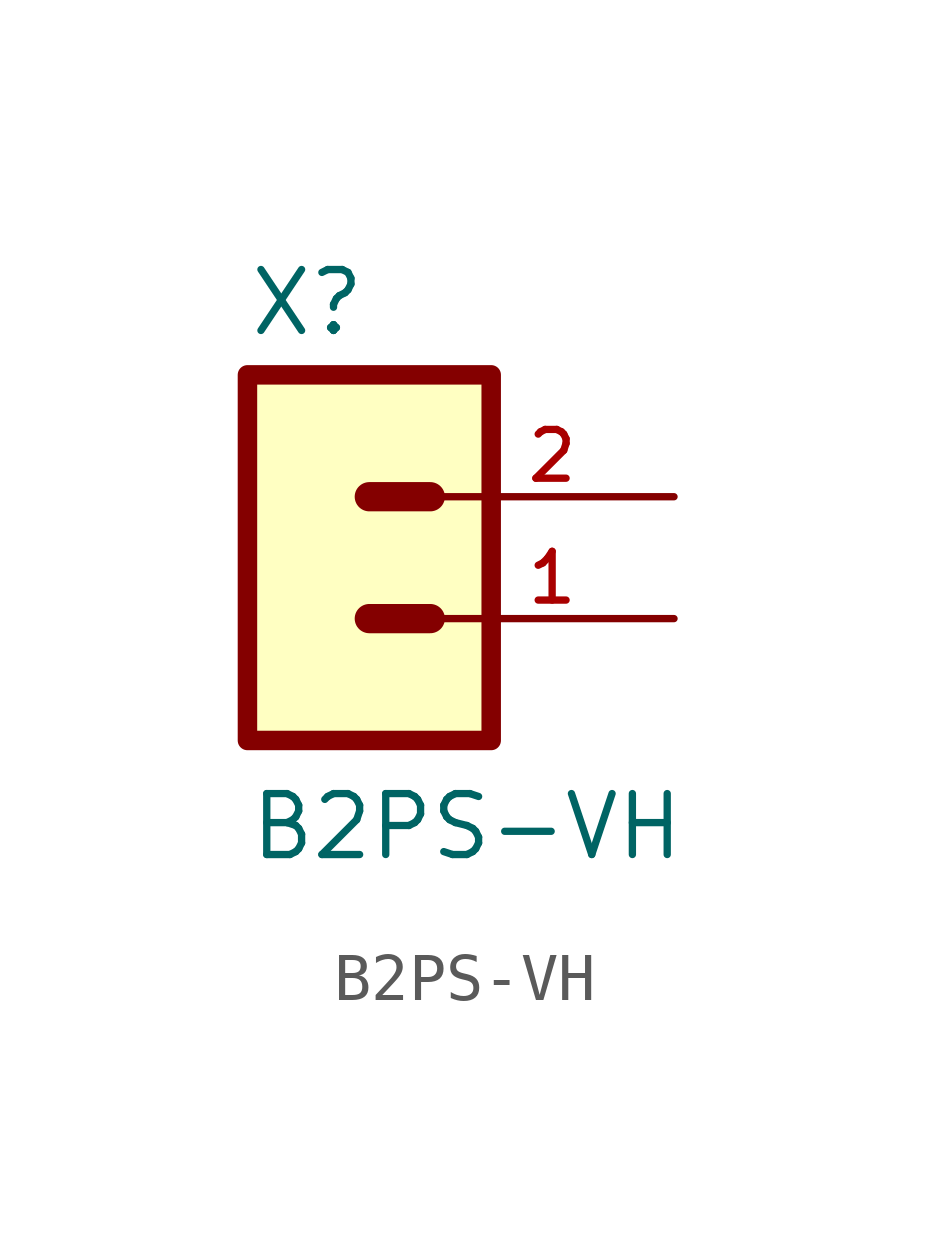
<source format=kicad_sym>
(kicad_symbol_lib
  (version 20211014)
  (generator kicad_symbol_editor)
  (symbol "B2PS-VH"
    (pin_names
      (offset 1.016))
    (property "Reference" "X"
      (at -1.27 3.302 0)
      (effects (font (size 1.27 1.27)) (justify bottom left)))
    (property "Value" "B2PS-VH"
      (at -1.27 -7.62 0)
      (effects (font (size 1.27 1.27)) (justify bottom left)))
    (symbol "B2PS-VH_0_0"
      (polyline (pts (xy 1.27 0.0) (xy 2.54 0.0)) (stroke (width 0.61)))
      (polyline (pts (xy 1.27 -2.54) (xy 2.54 -2.54)) (stroke (width 0.61)))
      (rectangle (start -1.27 -5.08) (end 3.81 2.54) (stroke (width 0.406)) (fill (type background)))
      (pin passive line (at 7.62 -2.54 180.0) (length 5.08) (name "~" (effects (font (size 1.016 1.016)))) (number "1" (effects (font (size 1.016 1.016)))))
      (pin passive line (at 7.62 0.0 180.0) (length 5.08) (name "~" (effects (font (size 1.016 1.016)))) (number "2" (effects (font (size 1.016 1.016))))))))
</source>
